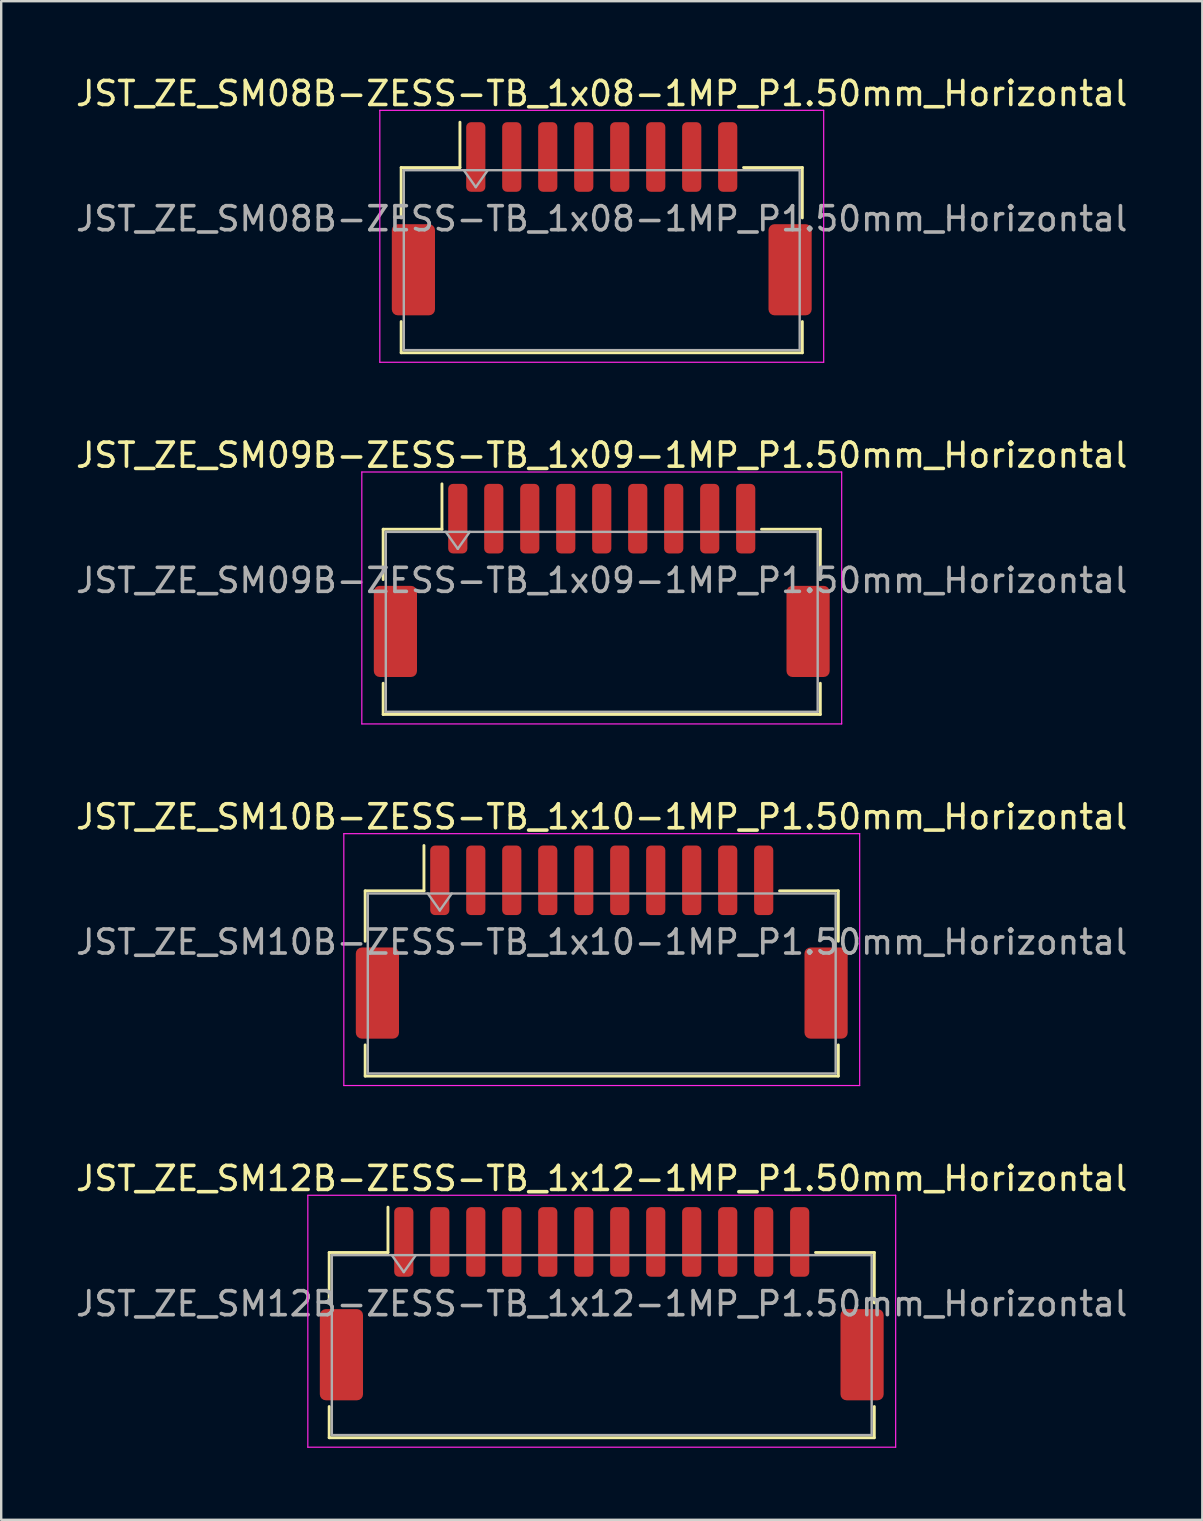
<source format=kicad_pcb>
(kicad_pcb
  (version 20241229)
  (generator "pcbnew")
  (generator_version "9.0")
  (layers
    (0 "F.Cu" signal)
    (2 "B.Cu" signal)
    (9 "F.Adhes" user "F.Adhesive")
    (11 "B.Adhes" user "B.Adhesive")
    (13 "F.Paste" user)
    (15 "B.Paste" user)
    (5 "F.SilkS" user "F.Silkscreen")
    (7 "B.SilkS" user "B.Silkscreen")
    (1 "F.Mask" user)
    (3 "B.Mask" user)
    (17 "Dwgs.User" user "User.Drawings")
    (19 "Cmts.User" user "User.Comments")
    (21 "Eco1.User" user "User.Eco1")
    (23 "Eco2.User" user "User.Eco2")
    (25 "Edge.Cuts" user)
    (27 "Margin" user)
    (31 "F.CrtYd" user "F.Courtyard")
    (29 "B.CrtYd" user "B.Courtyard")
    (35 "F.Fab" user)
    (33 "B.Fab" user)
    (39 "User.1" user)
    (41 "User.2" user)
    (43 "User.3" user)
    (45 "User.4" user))
  (footprint "JST_ZE_SM08B-ZESS-TB_1x08-1MP_P1.50mm_Horizontal"
    (layer "F.Cu")
    (at 22.03 6.068)
    (property "Reference" "JST_ZE_SM08B-ZESS-TB_1x08-1MP_P1.50mm_Horizontal" (at 0 -5.22 0) (layer "F.SilkS") (effects (font (size 1 1) (thickness 0.15))))
    (attr smd)
    (fp_line (start -8.36 -2.135) (end -5.91 -2.135) (stroke (width 0.12) (type solid)) (layer "F.SilkS"))
    (fp_line (start -8.36 -0.035) (end -8.36 -2.135) (stroke (width 0.12) (type solid)) (layer "F.SilkS"))
    (fp_line (start -8.36 4.285) (end -8.36 5.585) (stroke (width 0.12) (type solid)) (layer "F.SilkS"))
    (fp_line (start -8.36 5.585) (end 8.36 5.585) (stroke (width 0.12) (type solid)) (layer "F.SilkS"))
    (fp_line (start -5.91 -2.135) (end -5.91 -4.025) (stroke (width 0.12) (type solid)) (layer "F.SilkS"))
    (fp_line (start 8.36 -2.135) (end 5.91 -2.135) (stroke (width 0.12) (type solid)) (layer "F.SilkS"))
    (fp_line (start 8.36 -0.035) (end 8.36 -2.135) (stroke (width 0.12) (type solid)) (layer "F.SilkS"))
    (fp_line (start 8.36 5.585) (end 8.36 4.285) (stroke (width 0.12) (type solid)) (layer "F.SilkS"))
    (fp_line (start -9.25 -4.52) (end -9.25 5.98) (stroke (width 0.05) (type solid)) (layer "F.CrtYd"))
    (fp_line (start -9.25 5.98) (end 9.25 5.98) (stroke (width 0.05) (type solid)) (layer "F.CrtYd"))
    (fp_line (start 9.25 -4.52) (end -9.25 -4.52) (stroke (width 0.05) (type solid)) (layer "F.CrtYd"))
    (fp_line (start 9.25 5.98) (end 9.25 -4.52) (stroke (width 0.05) (type solid)) (layer "F.CrtYd"))
    (fp_line (start -8.25 -2.025) (end -8.25 5.475) (stroke (width 0.1) (type solid)) (layer "F.Fab"))
    (fp_line (start -8.25 -2.025) (end 8.25 -2.025) (stroke (width 0.1) (type solid)) (layer "F.Fab"))
    (fp_line (start -8.25 5.475) (end 8.25 5.475) (stroke (width 0.1) (type solid)) (layer "F.Fab"))
    (fp_line (start -5.75 -2.025) (end -5.25 -1.318) (stroke (width 0.1) (type solid)) (layer "F.Fab"))
    (fp_line (start -5.25 -1.318) (end -4.75 -2.025) (stroke (width 0.1) (type solid)) (layer "F.Fab"))
    (fp_line (start 8.25 -2.025) (end 8.25 5.475) (stroke (width 0.1) (type solid)) (layer "F.Fab"))
    (fp_text user "${REFERENCE}" (at 0 0 0) (layer "F.Fab") (effects (font (size 1 1) (thickness 0.15))))
    (pad "1" smd roundrect (at -5.25 -2.575) (size 0.8 2.9) (layers "F.Cu" "F.Mask" "F.Paste") (roundrect_rratio 0.25))
    (pad "2" smd roundrect (at -3.75 -2.575) (size 0.8 2.9) (layers "F.Cu" "F.Mask" "F.Paste") (roundrect_rratio 0.25))
    (pad "3" smd roundrect (at -2.25 -2.575) (size 0.8 2.9) (layers "F.Cu" "F.Mask" "F.Paste") (roundrect_rratio 0.25))
    (pad "4" smd roundrect (at -0.75 -2.575) (size 0.8 2.9) (layers "F.Cu" "F.Mask" "F.Paste") (roundrect_rratio 0.25))
    (pad "5" smd roundrect (at 0.75 -2.575) (size 0.8 2.9) (layers "F.Cu" "F.Mask" "F.Paste") (roundrect_rratio 0.25))
    (pad "6" smd roundrect (at 2.25 -2.575) (size 0.8 2.9) (layers "F.Cu" "F.Mask" "F.Paste") (roundrect_rratio 0.25))
    (pad "7" smd roundrect (at 3.75 -2.575) (size 0.8 2.9) (layers "F.Cu" "F.Mask" "F.Paste") (roundrect_rratio 0.25))
    (pad "8" smd roundrect (at 5.25 -2.575) (size 0.8 2.9) (layers "F.Cu" "F.Mask" "F.Paste") (roundrect_rratio 0.25))
    (pad "MP" smd roundrect (at -7.85 2.125) (size 1.8 3.8) (layers "F.Cu" "F.Mask" "F.Paste") (roundrect_rratio 0.139))
    (pad "MP" smd roundrect (at 7.85 2.125) (size 1.8 3.8) (layers "F.Cu" "F.Mask" "F.Paste") (roundrect_rratio 0.139)))
  (footprint "JST_ZE_SM09B-ZESS-TB_1x09-1MP_P1.50mm_Horizontal"
    (layer "F.Cu")
    (at 22.03 21.142)
    (property "Reference" "JST_ZE_SM09B-ZESS-TB_1x09-1MP_P1.50mm_Horizontal" (at 0 -5.22 0) (layer "F.SilkS") (effects (font (size 1 1) (thickness 0.15))))
    (attr smd)
    (fp_line (start -9.11 -2.135) (end -6.66 -2.135) (stroke (width 0.12) (type solid)) (layer "F.SilkS"))
    (fp_line (start -9.11 -0.035) (end -9.11 -2.135) (stroke (width 0.12) (type solid)) (layer "F.SilkS"))
    (fp_line (start -9.11 4.285) (end -9.11 5.585) (stroke (width 0.12) (type solid)) (layer "F.SilkS"))
    (fp_line (start -9.11 5.585) (end 9.11 5.585) (stroke (width 0.12) (type solid)) (layer "F.SilkS"))
    (fp_line (start -6.66 -2.135) (end -6.66 -4.025) (stroke (width 0.12) (type solid)) (layer "F.SilkS"))
    (fp_line (start 9.11 -2.135) (end 6.66 -2.135) (stroke (width 0.12) (type solid)) (layer "F.SilkS"))
    (fp_line (start 9.11 -0.035) (end 9.11 -2.135) (stroke (width 0.12) (type solid)) (layer "F.SilkS"))
    (fp_line (start 9.11 5.585) (end 9.11 4.285) (stroke (width 0.12) (type solid)) (layer "F.SilkS"))
    (fp_line (start -10 -4.52) (end -10 5.98) (stroke (width 0.05) (type solid)) (layer "F.CrtYd"))
    (fp_line (start -10 5.98) (end 10 5.98) (stroke (width 0.05) (type solid)) (layer "F.CrtYd"))
    (fp_line (start 10 -4.52) (end -10 -4.52) (stroke (width 0.05) (type solid)) (layer "F.CrtYd"))
    (fp_line (start 10 5.98) (end 10 -4.52) (stroke (width 0.05) (type solid)) (layer "F.CrtYd"))
    (fp_line (start -9 -2.025) (end -9 5.475) (stroke (width 0.1) (type solid)) (layer "F.Fab"))
    (fp_line (start -9 -2.025) (end 9 -2.025) (stroke (width 0.1) (type solid)) (layer "F.Fab"))
    (fp_line (start -9 5.475) (end 9 5.475) (stroke (width 0.1) (type solid)) (layer "F.Fab"))
    (fp_line (start -6.5 -2.025) (end -6 -1.318) (stroke (width 0.1) (type solid)) (layer "F.Fab"))
    (fp_line (start -6 -1.318) (end -5.5 -2.025) (stroke (width 0.1) (type solid)) (layer "F.Fab"))
    (fp_line (start 9 -2.025) (end 9 5.475) (stroke (width 0.1) (type solid)) (layer "F.Fab"))
    (fp_text user "${REFERENCE}" (at 0 0 0) (layer "F.Fab") (effects (font (size 1 1) (thickness 0.15))))
    (pad "1" smd roundrect (at -6 -2.575) (size 0.8 2.9) (layers "F.Cu" "F.Mask" "F.Paste") (roundrect_rratio 0.25))
    (pad "2" smd roundrect (at -4.5 -2.575) (size 0.8 2.9) (layers "F.Cu" "F.Mask" "F.Paste") (roundrect_rratio 0.25))
    (pad "3" smd roundrect (at -3 -2.575) (size 0.8 2.9) (layers "F.Cu" "F.Mask" "F.Paste") (roundrect_rratio 0.25))
    (pad "4" smd roundrect (at -1.5 -2.575) (size 0.8 2.9) (layers "F.Cu" "F.Mask" "F.Paste") (roundrect_rratio 0.25))
    (pad "5" smd roundrect (at 0 -2.575) (size 0.8 2.9) (layers "F.Cu" "F.Mask" "F.Paste") (roundrect_rratio 0.25))
    (pad "6" smd roundrect (at 1.5 -2.575) (size 0.8 2.9) (layers "F.Cu" "F.Mask" "F.Paste") (roundrect_rratio 0.25))
    (pad "7" smd roundrect (at 3 -2.575) (size 0.8 2.9) (layers "F.Cu" "F.Mask" "F.Paste") (roundrect_rratio 0.25))
    (pad "8" smd roundrect (at 4.5 -2.575) (size 0.8 2.9) (layers "F.Cu" "F.Mask" "F.Paste") (roundrect_rratio 0.25))
    (pad "9" smd roundrect (at 6 -2.575) (size 0.8 2.9) (layers "F.Cu" "F.Mask" "F.Paste") (roundrect_rratio 0.25))
    (pad "MP" smd roundrect (at -8.6 2.125) (size 1.8 3.8) (layers "F.Cu" "F.Mask" "F.Paste") (roundrect_rratio 0.139))
    (pad "MP" smd roundrect (at 8.6 2.125) (size 1.8 3.8) (layers "F.Cu" "F.Mask" "F.Paste") (roundrect_rratio 0.139)))
  (footprint "JST_ZE_SM10B-ZESS-TB_1x10-1MP_P1.50mm_Horizontal"
    (layer "F.Cu")
    (at 22.03 36.215)
    (property "Reference" "JST_ZE_SM10B-ZESS-TB_1x10-1MP_P1.50mm_Horizontal" (at 0 -5.22 0) (layer "F.SilkS") (effects (font (size 1 1) (thickness 0.15))))
    (attr smd)
    (fp_line (start -9.86 -2.135) (end -7.41 -2.135) (stroke (width 0.12) (type solid)) (layer "F.SilkS"))
    (fp_line (start -9.86 -0.035) (end -9.86 -2.135) (stroke (width 0.12) (type solid)) (layer "F.SilkS"))
    (fp_line (start -9.86 4.285) (end -9.86 5.585) (stroke (width 0.12) (type solid)) (layer "F.SilkS"))
    (fp_line (start -9.86 5.585) (end 9.86 5.585) (stroke (width 0.12) (type solid)) (layer "F.SilkS"))
    (fp_line (start -7.41 -2.135) (end -7.41 -4.025) (stroke (width 0.12) (type solid)) (layer "F.SilkS"))
    (fp_line (start 9.86 -2.135) (end 7.41 -2.135) (stroke (width 0.12) (type solid)) (layer "F.SilkS"))
    (fp_line (start 9.86 -0.035) (end 9.86 -2.135) (stroke (width 0.12) (type solid)) (layer "F.SilkS"))
    (fp_line (start 9.86 5.585) (end 9.86 4.285) (stroke (width 0.12) (type solid)) (layer "F.SilkS"))
    (fp_line (start -10.75 -4.52) (end -10.75 5.98) (stroke (width 0.05) (type solid)) (layer "F.CrtYd"))
    (fp_line (start -10.75 5.98) (end 10.75 5.98) (stroke (width 0.05) (type solid)) (layer "F.CrtYd"))
    (fp_line (start 10.75 -4.52) (end -10.75 -4.52) (stroke (width 0.05) (type solid)) (layer "F.CrtYd"))
    (fp_line (start 10.75 5.98) (end 10.75 -4.52) (stroke (width 0.05) (type solid)) (layer "F.CrtYd"))
    (fp_line (start -9.75 -2.025) (end -9.75 5.475) (stroke (width 0.1) (type solid)) (layer "F.Fab"))
    (fp_line (start -9.75 -2.025) (end 9.75 -2.025) (stroke (width 0.1) (type solid)) (layer "F.Fab"))
    (fp_line (start -9.75 5.475) (end 9.75 5.475) (stroke (width 0.1) (type solid)) (layer "F.Fab"))
    (fp_line (start -7.25 -2.025) (end -6.75 -1.318) (stroke (width 0.1) (type solid)) (layer "F.Fab"))
    (fp_line (start -6.75 -1.318) (end -6.25 -2.025) (stroke (width 0.1) (type solid)) (layer "F.Fab"))
    (fp_line (start 9.75 -2.025) (end 9.75 5.475) (stroke (width 0.1) (type solid)) (layer "F.Fab"))
    (fp_text user "${REFERENCE}" (at 0 0 0) (layer "F.Fab") (effects (font (size 1 1) (thickness 0.15))))
    (pad "1" smd roundrect (at -6.75 -2.575) (size 0.8 2.9) (layers "F.Cu" "F.Mask" "F.Paste") (roundrect_rratio 0.25))
    (pad "2" smd roundrect (at -5.25 -2.575) (size 0.8 2.9) (layers "F.Cu" "F.Mask" "F.Paste") (roundrect_rratio 0.25))
    (pad "3" smd roundrect (at -3.75 -2.575) (size 0.8 2.9) (layers "F.Cu" "F.Mask" "F.Paste") (roundrect_rratio 0.25))
    (pad "4" smd roundrect (at -2.25 -2.575) (size 0.8 2.9) (layers "F.Cu" "F.Mask" "F.Paste") (roundrect_rratio 0.25))
    (pad "5" smd roundrect (at -0.75 -2.575) (size 0.8 2.9) (layers "F.Cu" "F.Mask" "F.Paste") (roundrect_rratio 0.25))
    (pad "6" smd roundrect (at 0.75 -2.575) (size 0.8 2.9) (layers "F.Cu" "F.Mask" "F.Paste") (roundrect_rratio 0.25))
    (pad "7" smd roundrect (at 2.25 -2.575) (size 0.8 2.9) (layers "F.Cu" "F.Mask" "F.Paste") (roundrect_rratio 0.25))
    (pad "8" smd roundrect (at 3.75 -2.575) (size 0.8 2.9) (layers "F.Cu" "F.Mask" "F.Paste") (roundrect_rratio 0.25))
    (pad "9" smd roundrect (at 5.25 -2.575) (size 0.8 2.9) (layers "F.Cu" "F.Mask" "F.Paste") (roundrect_rratio 0.25))
    (pad "10" smd roundrect (at 6.75 -2.575) (size 0.8 2.9) (layers "F.Cu" "F.Mask" "F.Paste") (roundrect_rratio 0.25))
    (pad "MP" smd roundrect (at -9.35 2.125) (size 1.8 3.8) (layers "F.Cu" "F.Mask" "F.Paste") (roundrect_rratio 0.139))
    (pad "MP" smd roundrect (at 9.35 2.125) (size 1.8 3.8) (layers "F.Cu" "F.Mask" "F.Paste") (roundrect_rratio 0.139)))
  (footprint "JST_ZE_SM12B-ZESS-TB_1x12-1MP_P1.50mm_Horizontal"
    (layer "F.Cu")
    (at 22.03 51.288)
    (property "Reference" "JST_ZE_SM12B-ZESS-TB_1x12-1MP_P1.50mm_Horizontal" (at 0 -5.22 0) (layer "F.SilkS") (effects (font (size 1 1) (thickness 0.15))))
    (attr smd)
    (fp_line (start -11.36 -2.135) (end -8.91 -2.135) (stroke (width 0.12) (type solid)) (layer "F.SilkS"))
    (fp_line (start -11.36 -0.035) (end -11.36 -2.135) (stroke (width 0.12) (type solid)) (layer "F.SilkS"))
    (fp_line (start -11.36 4.285) (end -11.36 5.585) (stroke (width 0.12) (type solid)) (layer "F.SilkS"))
    (fp_line (start -11.36 5.585) (end 11.36 5.585) (stroke (width 0.12) (type solid)) (layer "F.SilkS"))
    (fp_line (start -8.91 -2.135) (end -8.91 -4.025) (stroke (width 0.12) (type solid)) (layer "F.SilkS"))
    (fp_line (start 11.36 -2.135) (end 8.91 -2.135) (stroke (width 0.12) (type solid)) (layer "F.SilkS"))
    (fp_line (start 11.36 -0.035) (end 11.36 -2.135) (stroke (width 0.12) (type solid)) (layer "F.SilkS"))
    (fp_line (start 11.36 5.585) (end 11.36 4.285) (stroke (width 0.12) (type solid)) (layer "F.SilkS"))
    (fp_line (start -12.25 -4.52) (end -12.25 5.98) (stroke (width 0.05) (type solid)) (layer "F.CrtYd"))
    (fp_line (start -12.25 5.98) (end 12.25 5.98) (stroke (width 0.05) (type solid)) (layer "F.CrtYd"))
    (fp_line (start 12.25 -4.52) (end -12.25 -4.52) (stroke (width 0.05) (type solid)) (layer "F.CrtYd"))
    (fp_line (start 12.25 5.98) (end 12.25 -4.52) (stroke (width 0.05) (type solid)) (layer "F.CrtYd"))
    (fp_line (start -11.25 -2.025) (end -11.25 5.475) (stroke (width 0.1) (type solid)) (layer "F.Fab"))
    (fp_line (start -11.25 -2.025) (end 11.25 -2.025) (stroke (width 0.1) (type solid)) (layer "F.Fab"))
    (fp_line (start -11.25 5.475) (end 11.25 5.475) (stroke (width 0.1) (type solid)) (layer "F.Fab"))
    (fp_line (start -8.75 -2.025) (end -8.25 -1.318) (stroke (width 0.1) (type solid)) (layer "F.Fab"))
    (fp_line (start -8.25 -1.318) (end -7.75 -2.025) (stroke (width 0.1) (type solid)) (layer "F.Fab"))
    (fp_line (start 11.25 -2.025) (end 11.25 5.475) (stroke (width 0.1) (type solid)) (layer "F.Fab"))
    (fp_text user "${REFERENCE}" (at 0 0 0) (layer "F.Fab") (effects (font (size 1 1) (thickness 0.15))))
    (pad "1" smd roundrect (at -8.25 -2.575) (size 0.8 2.9) (layers "F.Cu" "F.Mask" "F.Paste") (roundrect_rratio 0.25))
    (pad "2" smd roundrect (at -6.75 -2.575) (size 0.8 2.9) (layers "F.Cu" "F.Mask" "F.Paste") (roundrect_rratio 0.25))
    (pad "3" smd roundrect (at -5.25 -2.575) (size 0.8 2.9) (layers "F.Cu" "F.Mask" "F.Paste") (roundrect_rratio 0.25))
    (pad "4" smd roundrect (at -3.75 -2.575) (size 0.8 2.9) (layers "F.Cu" "F.Mask" "F.Paste") (roundrect_rratio 0.25))
    (pad "5" smd roundrect (at -2.25 -2.575) (size 0.8 2.9) (layers "F.Cu" "F.Mask" "F.Paste") (roundrect_rratio 0.25))
    (pad "6" smd roundrect (at -0.75 -2.575) (size 0.8 2.9) (layers "F.Cu" "F.Mask" "F.Paste") (roundrect_rratio 0.25))
    (pad "7" smd roundrect (at 0.75 -2.575) (size 0.8 2.9) (layers "F.Cu" "F.Mask" "F.Paste") (roundrect_rratio 0.25))
    (pad "8" smd roundrect (at 2.25 -2.575) (size 0.8 2.9) (layers "F.Cu" "F.Mask" "F.Paste") (roundrect_rratio 0.25))
    (pad "9" smd roundrect (at 3.75 -2.575) (size 0.8 2.9) (layers "F.Cu" "F.Mask" "F.Paste") (roundrect_rratio 0.25))
    (pad "10" smd roundrect (at 5.25 -2.575) (size 0.8 2.9) (layers "F.Cu" "F.Mask" "F.Paste") (roundrect_rratio 0.25))
    (pad "11" smd roundrect (at 6.75 -2.575) (size 0.8 2.9) (layers "F.Cu" "F.Mask" "F.Paste") (roundrect_rratio 0.25))
    (pad "12" smd roundrect (at 8.25 -2.575) (size 0.8 2.9) (layers "F.Cu" "F.Mask" "F.Paste") (roundrect_rratio 0.25))
    (pad "MP" smd roundrect (at -10.85 2.125) (size 1.8 3.8) (layers "F.Cu" "F.Mask" "F.Paste") (roundrect_rratio 0.139))
    (pad "MP" smd roundrect (at 10.85 2.125) (size 1.8 3.8) (layers "F.Cu" "F.Mask" "F.Paste") (roundrect_rratio 0.139)))
  (gr_rect
    (start -3 -3)
    (end 47.06 60.293)
    (stroke (width 0.1) (type default))
    (fill no)
    (layer "Edge.Cuts")))
</source>
